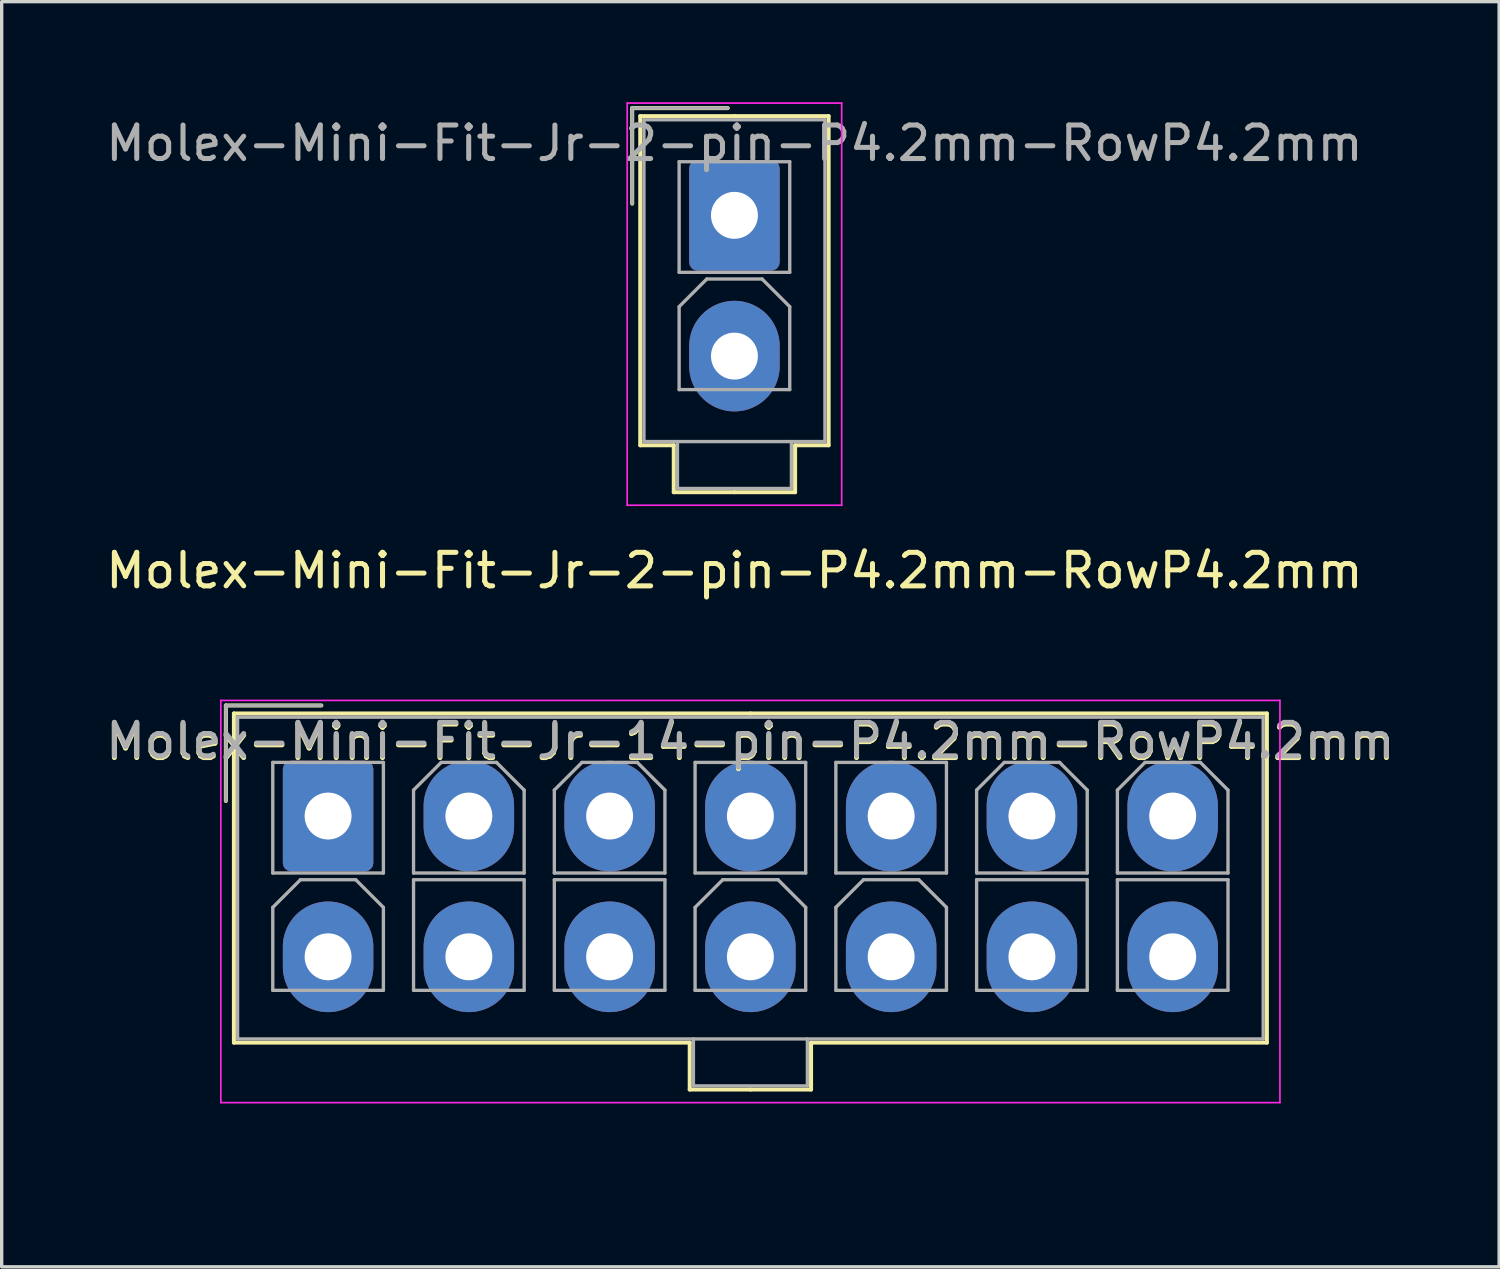
<source format=kicad_pcb>
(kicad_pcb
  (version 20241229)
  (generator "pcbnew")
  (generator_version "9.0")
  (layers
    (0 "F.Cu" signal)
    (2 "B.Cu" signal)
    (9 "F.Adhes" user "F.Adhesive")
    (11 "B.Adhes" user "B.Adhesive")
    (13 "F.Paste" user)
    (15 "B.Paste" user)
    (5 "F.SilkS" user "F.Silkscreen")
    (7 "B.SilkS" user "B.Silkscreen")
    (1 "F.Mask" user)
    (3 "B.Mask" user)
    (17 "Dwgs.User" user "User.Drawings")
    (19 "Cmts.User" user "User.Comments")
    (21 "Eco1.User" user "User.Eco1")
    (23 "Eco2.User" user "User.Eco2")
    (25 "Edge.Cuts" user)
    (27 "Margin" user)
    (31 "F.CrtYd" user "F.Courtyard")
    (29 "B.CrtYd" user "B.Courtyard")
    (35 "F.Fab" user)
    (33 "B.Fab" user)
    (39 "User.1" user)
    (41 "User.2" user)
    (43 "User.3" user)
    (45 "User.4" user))
  (footprint "Molex-Mini-Fit-Jr-14-pin-P4.2mm-RowP4.2mm"
    (layer "F.Cu")
    (at 19.439 31.498)
    (property "Reference" "Molex-Mini-Fit-Jr-14-pin-P4.2mm-RowP4.2mm" (at -0.1 -12.4 0) (layer "F.SilkS") (effects (font (size 1 1) (thickness 0.15))))
    (attr through_hole)
    (fp_line (start -15.75 -13.5) (end -15.75 -10.65) (stroke (width 0.12) (type solid)) (layer "F.SilkS"))
    (fp_line (start -15.51 -13.26) (end -15.51 -3.44) (stroke (width 0.12) (type solid)) (layer "F.SilkS"))
    (fp_line (start -15.51 -3.44) (end -1.91 -3.44) (stroke (width 0.12) (type solid)) (layer "F.SilkS"))
    (fp_line (start -12.9 -13.5) (end -15.75 -13.5) (stroke (width 0.12) (type solid)) (layer "F.SilkS"))
    (fp_line (start -1.91 -3.44) (end -1.91 -2.04) (stroke (width 0.12) (type solid)) (layer "F.SilkS"))
    (fp_line (start -1.91 -2.04) (end -0.1 -2.04) (stroke (width 0.12) (type solid)) (layer "F.SilkS"))
    (fp_line (start -0.1 -13.26) (end -15.51 -13.26) (stroke (width 0.12) (type solid)) (layer "F.SilkS"))
    (fp_line (start -0.1 -13.26) (end 15.31 -13.26) (stroke (width 0.12) (type solid)) (layer "F.SilkS"))
    (fp_line (start 1.71 -3.44) (end 1.71 -2.04) (stroke (width 0.12) (type solid)) (layer "F.SilkS"))
    (fp_line (start 1.71 -2.04) (end -0.1 -2.04) (stroke (width 0.12) (type solid)) (layer "F.SilkS"))
    (fp_line (start 15.31 -13.26) (end 15.31 -3.44) (stroke (width 0.12) (type solid)) (layer "F.SilkS"))
    (fp_line (start 15.31 -3.44) (end 1.71 -3.44) (stroke (width 0.12) (type solid)) (layer "F.SilkS"))
    (fp_line (start -15.9 -13.65) (end -15.9 -1.65) (stroke (width 0.05) (type solid)) (layer "F.CrtYd"))
    (fp_line (start -15.9 -1.65) (end 15.7 -1.65) (stroke (width 0.05) (type solid)) (layer "F.CrtYd"))
    (fp_line (start 15.7 -13.65) (end -15.9 -13.65) (stroke (width 0.05) (type solid)) (layer "F.CrtYd"))
    (fp_line (start 15.7 -1.65) (end 15.7 -13.65) (stroke (width 0.05) (type solid)) (layer "F.CrtYd"))
    (fp_line (start -15.75 -13.5) (end -15.75 -10.65) (stroke (width 0.1) (type solid)) (layer "F.Fab"))
    (fp_line (start -15.4 -13.15) (end -15.4 -3.55) (stroke (width 0.1) (type solid)) (layer "F.Fab"))
    (fp_line (start -15.4 -3.55) (end 15.2 -3.55) (stroke (width 0.1) (type solid)) (layer "F.Fab"))
    (fp_line (start -14.35 -11.8) (end -14.35 -8.5) (stroke (width 0.1) (type solid)) (layer "F.Fab"))
    (fp_line (start -14.35 -8.5) (end -11.05 -8.5) (stroke (width 0.1) (type solid)) (layer "F.Fab"))
    (fp_line (start -14.35 -7.475) (end -13.525 -8.3) (stroke (width 0.1) (type solid)) (layer "F.Fab"))
    (fp_line (start -14.35 -5) (end -14.35 -7.475) (stroke (width 0.1) (type solid)) (layer "F.Fab"))
    (fp_line (start -13.525 -8.3) (end -11.875 -8.3) (stroke (width 0.1) (type solid)) (layer "F.Fab"))
    (fp_line (start -12.9 -13.5) (end -15.75 -13.5) (stroke (width 0.1) (type solid)) (layer "F.Fab"))
    (fp_line (start -11.875 -8.3) (end -11.05 -7.475) (stroke (width 0.1) (type solid)) (layer "F.Fab"))
    (fp_line (start -11.05 -11.8) (end -14.35 -11.8) (stroke (width 0.1) (type solid)) (layer "F.Fab"))
    (fp_line (start -11.05 -8.5) (end -11.05 -11.8) (stroke (width 0.1) (type solid)) (layer "F.Fab"))
    (fp_line (start -11.05 -7.475) (end -11.05 -5) (stroke (width 0.1) (type solid)) (layer "F.Fab"))
    (fp_line (start -11.05 -5) (end -14.35 -5) (stroke (width 0.1) (type solid)) (layer "F.Fab"))
    (fp_line (start -10.15 -10.975) (end -9.325 -11.8) (stroke (width 0.1) (type solid)) (layer "F.Fab"))
    (fp_line (start -10.15 -8.5) (end -10.15 -10.975) (stroke (width 0.1) (type solid)) (layer "F.Fab"))
    (fp_line (start -10.15 -8.3) (end -10.15 -5) (stroke (width 0.1) (type solid)) (layer "F.Fab"))
    (fp_line (start -10.15 -5) (end -6.85 -5) (stroke (width 0.1) (type solid)) (layer "F.Fab"))
    (fp_line (start -9.325 -11.8) (end -7.675 -11.8) (stroke (width 0.1) (type solid)) (layer "F.Fab"))
    (fp_line (start -7.675 -11.8) (end -6.85 -10.975) (stroke (width 0.1) (type solid)) (layer "F.Fab"))
    (fp_line (start -6.85 -10.975) (end -6.85 -8.5) (stroke (width 0.1) (type solid)) (layer "F.Fab"))
    (fp_line (start -6.85 -8.5) (end -10.15 -8.5) (stroke (width 0.1) (type solid)) (layer "F.Fab"))
    (fp_line (start -6.85 -8.3) (end -10.15 -8.3) (stroke (width 0.1) (type solid)) (layer "F.Fab"))
    (fp_line (start -6.85 -5) (end -6.85 -8.3) (stroke (width 0.1) (type solid)) (layer "F.Fab"))
    (fp_line (start -5.95 -10.975) (end -5.125 -11.8) (stroke (width 0.1) (type solid)) (layer "F.Fab"))
    (fp_line (start -5.95 -8.5) (end -5.95 -10.975) (stroke (width 0.1) (type solid)) (layer "F.Fab"))
    (fp_line (start -5.95 -8.3) (end -5.95 -5) (stroke (width 0.1) (type solid)) (layer "F.Fab"))
    (fp_line (start -5.95 -5) (end -2.65 -5) (stroke (width 0.1) (type solid)) (layer "F.Fab"))
    (fp_line (start -5.125 -11.8) (end -3.475 -11.8) (stroke (width 0.1) (type solid)) (layer "F.Fab"))
    (fp_line (start -3.475 -11.8) (end -2.65 -10.975) (stroke (width 0.1) (type solid)) (layer "F.Fab"))
    (fp_line (start -2.65 -10.975) (end -2.65 -8.5) (stroke (width 0.1) (type solid)) (layer "F.Fab"))
    (fp_line (start -2.65 -8.5) (end -5.95 -8.5) (stroke (width 0.1) (type solid)) (layer "F.Fab"))
    (fp_line (start -2.65 -8.3) (end -5.95 -8.3) (stroke (width 0.1) (type solid)) (layer "F.Fab"))
    (fp_line (start -2.65 -5) (end -2.65 -8.3) (stroke (width 0.1) (type solid)) (layer "F.Fab"))
    (fp_line (start -1.8 -3.55) (end -1.8 -2.15) (stroke (width 0.1) (type solid)) (layer "F.Fab"))
    (fp_line (start -1.8 -2.15) (end 1.6 -2.15) (stroke (width 0.1) (type solid)) (layer "F.Fab"))
    (fp_line (start -1.75 -11.8) (end -1.75 -8.5) (stroke (width 0.1) (type solid)) (layer "F.Fab"))
    (fp_line (start -1.75 -8.5) (end 1.55 -8.5) (stroke (width 0.1) (type solid)) (layer "F.Fab"))
    (fp_line (start -1.75 -7.475) (end -0.925 -8.3) (stroke (width 0.1) (type solid)) (layer "F.Fab"))
    (fp_line (start -1.75 -5) (end -1.75 -7.475) (stroke (width 0.1) (type solid)) (layer "F.Fab"))
    (fp_line (start -0.925 -8.3) (end 0.725 -8.3) (stroke (width 0.1) (type solid)) (layer "F.Fab"))
    (fp_line (start 0.725 -8.3) (end 1.55 -7.475) (stroke (width 0.1) (type solid)) (layer "F.Fab"))
    (fp_line (start 1.55 -11.8) (end -1.75 -11.8) (stroke (width 0.1) (type solid)) (layer "F.Fab"))
    (fp_line (start 1.55 -8.5) (end 1.55 -11.8) (stroke (width 0.1) (type solid)) (layer "F.Fab"))
    (fp_line (start 1.55 -7.475) (end 1.55 -5) (stroke (width 0.1) (type solid)) (layer "F.Fab"))
    (fp_line (start 1.55 -5) (end -1.75 -5) (stroke (width 0.1) (type solid)) (layer "F.Fab"))
    (fp_line (start 1.6 -2.15) (end 1.6 -3.55) (stroke (width 0.1) (type solid)) (layer "F.Fab"))
    (fp_line (start 2.45 -11.8) (end 2.45 -8.5) (stroke (width 0.1) (type solid)) (layer "F.Fab"))
    (fp_line (start 2.45 -8.5) (end 5.75 -8.5) (stroke (width 0.1) (type solid)) (layer "F.Fab"))
    (fp_line (start 2.45 -7.475) (end 3.275 -8.3) (stroke (width 0.1) (type solid)) (layer "F.Fab"))
    (fp_line (start 2.45 -5) (end 2.45 -7.475) (stroke (width 0.1) (type solid)) (layer "F.Fab"))
    (fp_line (start 3.275 -8.3) (end 4.925 -8.3) (stroke (width 0.1) (type solid)) (layer "F.Fab"))
    (fp_line (start 4.925 -8.3) (end 5.75 -7.475) (stroke (width 0.1) (type solid)) (layer "F.Fab"))
    (fp_line (start 5.75 -11.8) (end 2.45 -11.8) (stroke (width 0.1) (type solid)) (layer "F.Fab"))
    (fp_line (start 5.75 -8.5) (end 5.75 -11.8) (stroke (width 0.1) (type solid)) (layer "F.Fab"))
    (fp_line (start 5.75 -7.475) (end 5.75 -5) (stroke (width 0.1) (type solid)) (layer "F.Fab"))
    (fp_line (start 5.75 -5) (end 2.45 -5) (stroke (width 0.1) (type solid)) (layer "F.Fab"))
    (fp_line (start 6.65 -10.975) (end 7.475 -11.8) (stroke (width 0.1) (type solid)) (layer "F.Fab"))
    (fp_line (start 6.65 -8.5) (end 6.65 -10.975) (stroke (width 0.1) (type solid)) (layer "F.Fab"))
    (fp_line (start 6.65 -8.3) (end 6.65 -5) (stroke (width 0.1) (type solid)) (layer "F.Fab"))
    (fp_line (start 6.65 -5) (end 9.95 -5) (stroke (width 0.1) (type solid)) (layer "F.Fab"))
    (fp_line (start 7.475 -11.8) (end 9.125 -11.8) (stroke (width 0.1) (type solid)) (layer "F.Fab"))
    (fp_line (start 9.125 -11.8) (end 9.95 -10.975) (stroke (width 0.1) (type solid)) (layer "F.Fab"))
    (fp_line (start 9.95 -10.975) (end 9.95 -8.5) (stroke (width 0.1) (type solid)) (layer "F.Fab"))
    (fp_line (start 9.95 -8.5) (end 6.65 -8.5) (stroke (width 0.1) (type solid)) (layer "F.Fab"))
    (fp_line (start 9.95 -8.3) (end 6.65 -8.3) (stroke (width 0.1) (type solid)) (layer "F.Fab"))
    (fp_line (start 9.95 -5) (end 9.95 -8.3) (stroke (width 0.1) (type solid)) (layer "F.Fab"))
    (fp_line (start 10.85 -10.975) (end 11.675 -11.8) (stroke (width 0.1) (type solid)) (layer "F.Fab"))
    (fp_line (start 10.85 -8.5) (end 10.85 -10.975) (stroke (width 0.1) (type solid)) (layer "F.Fab"))
    (fp_line (start 10.85 -8.3) (end 10.85 -5) (stroke (width 0.1) (type solid)) (layer "F.Fab"))
    (fp_line (start 10.85 -5) (end 14.15 -5) (stroke (width 0.1) (type solid)) (layer "F.Fab"))
    (fp_line (start 11.675 -11.8) (end 13.325 -11.8) (stroke (width 0.1) (type solid)) (layer "F.Fab"))
    (fp_line (start 13.325 -11.8) (end 14.15 -10.975) (stroke (width 0.1) (type solid)) (layer "F.Fab"))
    (fp_line (start 14.15 -10.975) (end 14.15 -8.5) (stroke (width 0.1) (type solid)) (layer "F.Fab"))
    (fp_line (start 14.15 -8.5) (end 10.85 -8.5) (stroke (width 0.1) (type solid)) (layer "F.Fab"))
    (fp_line (start 14.15 -8.3) (end 10.85 -8.3) (stroke (width 0.1) (type solid)) (layer "F.Fab"))
    (fp_line (start 14.15 -5) (end 14.15 -8.3) (stroke (width 0.1) (type solid)) (layer "F.Fab"))
    (fp_line (start 15.2 -13.15) (end -15.4 -13.15) (stroke (width 0.1) (type solid)) (layer "F.Fab"))
    (fp_line (start 15.2 -3.55) (end 15.2 -13.15) (stroke (width 0.1) (type solid)) (layer "F.Fab"))
    (fp_text user "${REFERENCE}" (at -0.1 -12.45 0) (layer "F.Fab") (effects (font (size 1 1) (thickness 0.15))))
    (pad "1" thru_hole roundrect (at -12.7 -10.2) (size 2.7 3.3) (drill 1.4) (layers "*.Cu" "*.Mask") (roundrect_rratio 0.093))
    (pad "2" thru_hole oval (at -8.5 -10.2) (size 2.7 3.3) (drill 1.4) (layers "*.Cu" "*.Mask"))
    (pad "3" thru_hole oval (at -4.3 -10.2) (size 2.7 3.3) (drill 1.4) (layers "*.Cu" "*.Mask"))
    (pad "4" thru_hole oval (at -0.1 -10.2) (size 2.7 3.3) (drill 1.4) (layers "*.Cu" "*.Mask"))
    (pad "5" thru_hole oval (at 4.1 -10.2) (size 2.7 3.3) (drill 1.4) (layers "*.Cu" "*.Mask"))
    (pad "6" thru_hole oval (at 8.3 -10.2) (size 2.7 3.3) (drill 1.4) (layers "*.Cu" "*.Mask"))
    (pad "7" thru_hole oval (at 12.5 -10.2) (size 2.7 3.3) (drill 1.4) (layers "*.Cu" "*.Mask"))
    (pad "8" thru_hole oval (at -12.7 -6) (size 2.7 3.3) (drill 1.4) (layers "*.Cu" "*.Mask"))
    (pad "9" thru_hole oval (at -8.5 -6) (size 2.7 3.3) (drill 1.4) (layers "*.Cu" "*.Mask"))
    (pad "10" thru_hole oval (at -4.3 -6) (size 2.7 3.3) (drill 1.4) (layers "*.Cu" "*.Mask"))
    (pad "11" thru_hole oval (at -0.1 -6) (size 2.7 3.3) (drill 1.4) (layers "*.Cu" "*.Mask"))
    (pad "12" thru_hole oval (at 4.1 -6) (size 2.7 3.3) (drill 1.4) (layers "*.Cu" "*.Mask"))
    (pad "13" thru_hole oval (at 8.3 -6) (size 2.7 3.3) (drill 1.4) (layers "*.Cu" "*.Mask"))
    (pad "14" thru_hole oval (at 12.5 -6) (size 2.7 3.3) (drill 1.4) (layers "*.Cu" "*.Mask")))
  (footprint "Molex-Mini-Fit-Jr-2-pin-P4.2mm-RowP4.2mm"
    (layer "F.Cu")
    (at 18.863 13.475)
    (property "Reference" "Molex-Mini-Fit-Jr-2-pin-P4.2mm-RowP4.2mm" (at 0 0.5 0) (layer "F.SilkS") (effects (font (size 1 1) (thickness 0.15))))
    (attr through_hole)
    (fp_line (start -3.05 -13.3) (end -3.05 -10.45) (stroke (width 0.12) (type solid)) (layer "F.SilkS"))
    (fp_line (start -2.81 -13.06) (end -2.81 -3.24) (stroke (width 0.12) (type solid)) (layer "F.SilkS"))
    (fp_line (start -2.81 -3.24) (end -1.81 -3.24) (stroke (width 0.12) (type solid)) (layer "F.SilkS"))
    (fp_line (start -1.81 -3.24) (end -1.81 -1.84) (stroke (width 0.12) (type solid)) (layer "F.SilkS"))
    (fp_line (start -1.81 -1.84) (end 0 -1.84) (stroke (width 0.12) (type solid)) (layer "F.SilkS"))
    (fp_line (start -0.2 -13.3) (end -3.05 -13.3) (stroke (width 0.12) (type solid)) (layer "F.SilkS"))
    (fp_line (start 0 -13.06) (end -2.81 -13.06) (stroke (width 0.12) (type solid)) (layer "F.SilkS"))
    (fp_line (start 0 -13.06) (end 2.81 -13.06) (stroke (width 0.12) (type solid)) (layer "F.SilkS"))
    (fp_line (start 1.81 -3.24) (end 1.81 -1.84) (stroke (width 0.12) (type solid)) (layer "F.SilkS"))
    (fp_line (start 1.81 -1.84) (end 0 -1.84) (stroke (width 0.12) (type solid)) (layer "F.SilkS"))
    (fp_line (start 2.81 -13.06) (end 2.81 -3.24) (stroke (width 0.12) (type solid)) (layer "F.SilkS"))
    (fp_line (start 2.81 -3.24) (end 1.81 -3.24) (stroke (width 0.12) (type solid)) (layer "F.SilkS"))
    (fp_line (start -3.2 -13.45) (end -3.2 -1.45) (stroke (width 0.05) (type solid)) (layer "F.CrtYd"))
    (fp_line (start -3.2 -1.45) (end 3.2 -1.45) (stroke (width 0.05) (type solid)) (layer "F.CrtYd"))
    (fp_line (start 3.2 -13.45) (end -3.2 -13.45) (stroke (width 0.05) (type solid)) (layer "F.CrtYd"))
    (fp_line (start 3.2 -1.45) (end 3.2 -13.45) (stroke (width 0.05) (type solid)) (layer "F.CrtYd"))
    (fp_line (start -3.05 -13.3) (end -3.05 -10.45) (stroke (width 0.1) (type solid)) (layer "F.Fab"))
    (fp_line (start -2.7 -12.95) (end -2.7 -3.35) (stroke (width 0.1) (type solid)) (layer "F.Fab"))
    (fp_line (start -2.7 -3.35) (end 2.7 -3.35) (stroke (width 0.1) (type solid)) (layer "F.Fab"))
    (fp_line (start -1.7 -3.35) (end -1.7 -1.95) (stroke (width 0.1) (type solid)) (layer "F.Fab"))
    (fp_line (start -1.7 -1.95) (end 1.7 -1.95) (stroke (width 0.1) (type solid)) (layer "F.Fab"))
    (fp_line (start -1.65 -11.7) (end -1.65 -8.4) (stroke (width 0.1) (type solid)) (layer "F.Fab"))
    (fp_line (start -1.65 -8.4) (end 1.65 -8.4) (stroke (width 0.1) (type solid)) (layer "F.Fab"))
    (fp_line (start -1.65 -7.375) (end -0.825 -8.2) (stroke (width 0.1) (type solid)) (layer "F.Fab"))
    (fp_line (start -1.65 -4.9) (end -1.65 -7.375) (stroke (width 0.1) (type solid)) (layer "F.Fab"))
    (fp_line (start -0.825 -8.2) (end 0.825 -8.2) (stroke (width 0.1) (type solid)) (layer "F.Fab"))
    (fp_line (start -0.2 -13.3) (end -3.05 -13.3) (stroke (width 0.1) (type solid)) (layer "F.Fab"))
    (fp_line (start 0.825 -8.2) (end 1.65 -7.375) (stroke (width 0.1) (type solid)) (layer "F.Fab"))
    (fp_line (start 1.65 -11.7) (end -1.65 -11.7) (stroke (width 0.1) (type solid)) (layer "F.Fab"))
    (fp_line (start 1.65 -8.4) (end 1.65 -11.7) (stroke (width 0.1) (type solid)) (layer "F.Fab"))
    (fp_line (start 1.65 -7.375) (end 1.65 -4.9) (stroke (width 0.1) (type solid)) (layer "F.Fab"))
    (fp_line (start 1.65 -4.9) (end -1.65 -4.9) (stroke (width 0.1) (type solid)) (layer "F.Fab"))
    (fp_line (start 1.7 -1.95) (end 1.7 -3.35) (stroke (width 0.1) (type solid)) (layer "F.Fab"))
    (fp_line (start 2.7 -12.95) (end -2.7 -12.95) (stroke (width 0.1) (type solid)) (layer "F.Fab"))
    (fp_line (start 2.7 -3.35) (end 2.7 -12.95) (stroke (width 0.1) (type solid)) (layer "F.Fab"))
    (fp_text user "${REFERENCE}" (at 0 -12.25 0) (layer "F.Fab") (effects (font (size 1 1) (thickness 0.15))))
    (pad "1" thru_hole roundrect (at 0 -10.1) (size 2.7 3.3) (drill 1.4) (layers "*.Cu" "*.Mask") (roundrect_rratio 0.093))
    (pad "2" thru_hole oval (at 0 -5.9) (size 2.7 3.3) (drill 1.4) (layers "*.Cu" "*.Mask")))
  (gr_rect
    (start -3 -3)
    (end 41.679 34.748)
    (stroke (width 0.1) (type default))
    (fill no)
    (layer "Edge.Cuts")))
</source>
